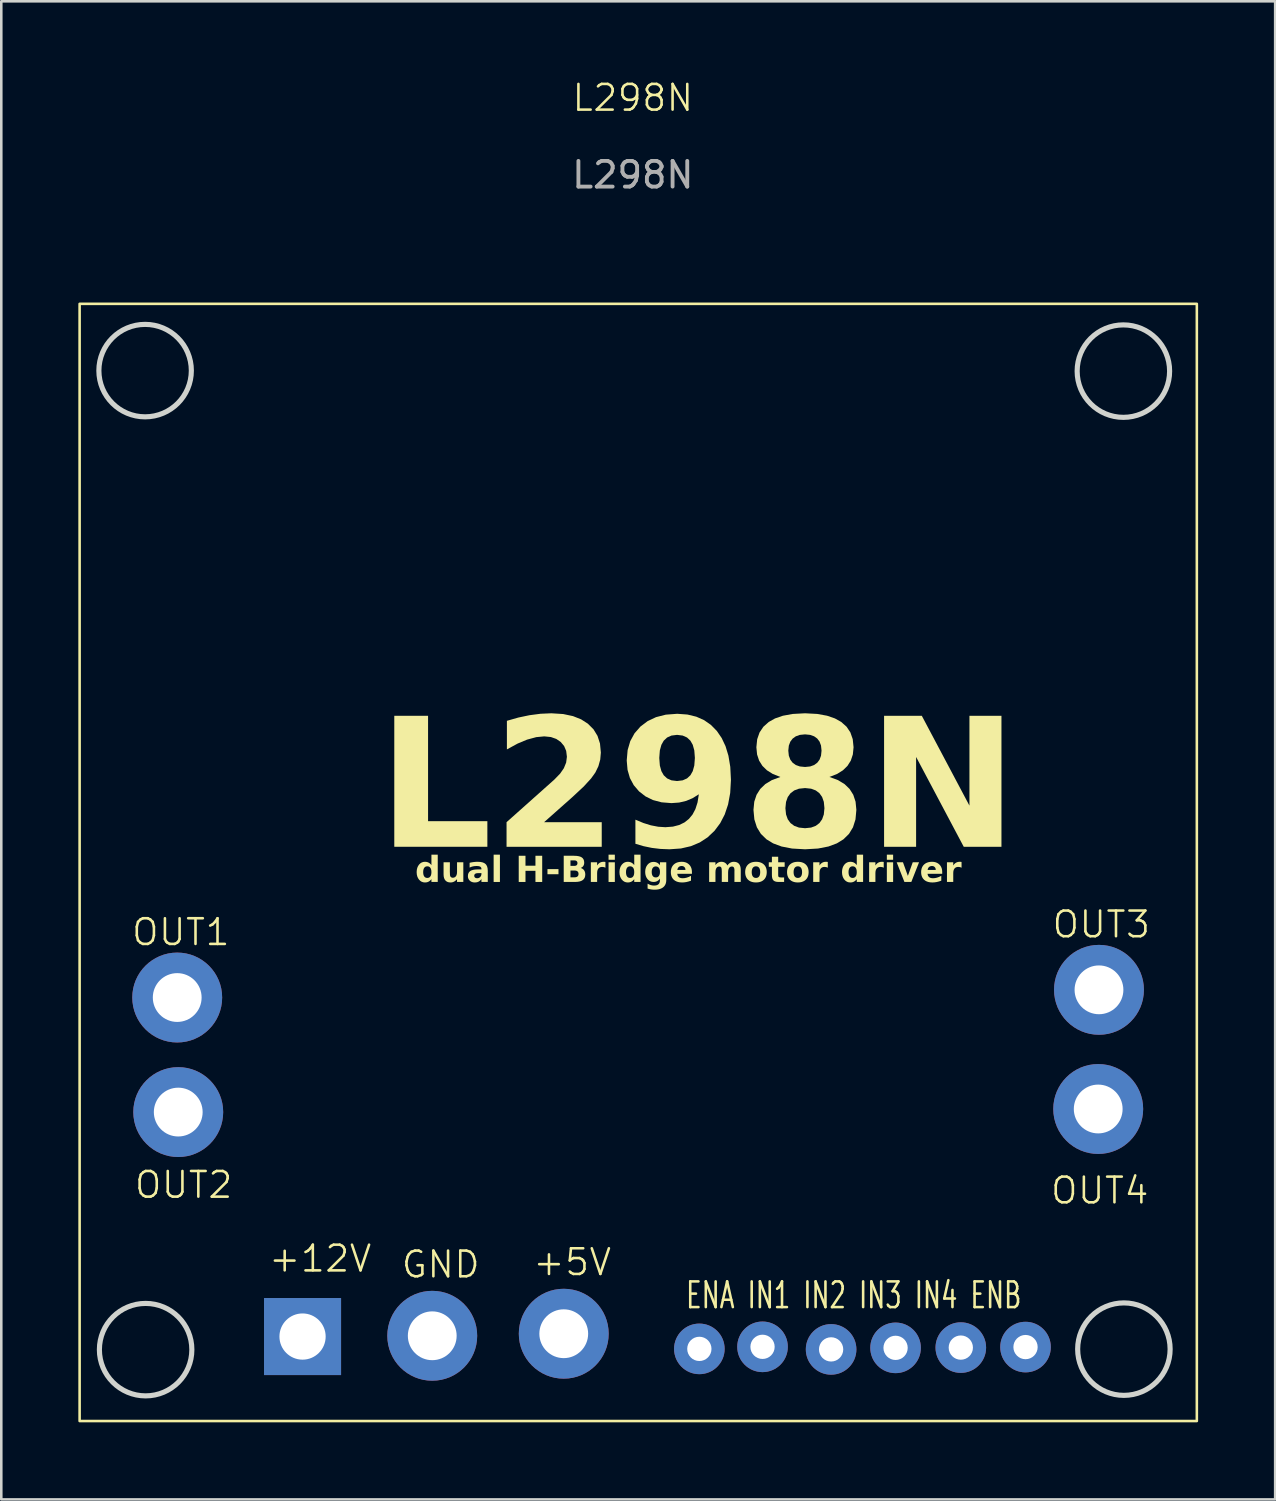
<source format=kicad_pcb>
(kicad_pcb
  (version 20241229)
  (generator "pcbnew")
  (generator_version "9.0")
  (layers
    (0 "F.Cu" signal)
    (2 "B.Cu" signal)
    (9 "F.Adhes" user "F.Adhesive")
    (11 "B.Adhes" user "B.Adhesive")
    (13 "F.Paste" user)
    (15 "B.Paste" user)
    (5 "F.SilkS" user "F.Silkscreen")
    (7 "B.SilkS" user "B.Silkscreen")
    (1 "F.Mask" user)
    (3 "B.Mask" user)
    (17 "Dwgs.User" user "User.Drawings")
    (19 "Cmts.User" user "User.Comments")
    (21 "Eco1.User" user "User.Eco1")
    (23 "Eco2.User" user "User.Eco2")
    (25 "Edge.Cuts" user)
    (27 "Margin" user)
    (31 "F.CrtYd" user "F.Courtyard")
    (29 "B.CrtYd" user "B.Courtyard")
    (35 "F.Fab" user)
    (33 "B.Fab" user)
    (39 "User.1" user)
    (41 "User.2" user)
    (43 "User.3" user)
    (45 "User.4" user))
  (footprint "L298N"
    (layer "F.Cu")
    (at 21.8 27.3)
    (property "Reference" "L298N" (at -0.21 -26.54 0) (unlocked yes) (layer "F.SilkS") (effects (font (size 1 1) (thickness 0.1))))
    (attr smd)
    (fp_rect (start -21.75 -18.52) (end 21.75 24.98) (stroke (width 0.1) (type default)) (fill no) (layer "F.SilkS"))
    (fp_circle (center -19.2 -15.92) (end -17.4 -15.92) (stroke (width 0.2) (type default)) (fill no) (layer "Edge.Cuts"))
    (fp_circle (center -19.18 22.2) (end -17.38 22.2) (stroke (width 0.2) (type default)) (fill no) (layer "Edge.Cuts"))
    (fp_circle (center 18.89 -15.9) (end 20.69 -15.9) (stroke (width 0.2) (type default)) (fill no) (layer "Edge.Cuts"))
    (fp_circle (center 18.91 22.18) (end 20.71 22.18) (stroke (width 0.2) (type default)) (fill no) (layer "Edge.Cuts"))
    (fp_text user "GND" (at -9.28 19.47 0) (unlocked yes) (layer "F.SilkS") (effects (font (size 1 1) (thickness 0.1)) (justify left bottom)))
    (fp_text user "OUT2" (at -19.67 16.37 0) (unlocked yes) (layer "F.SilkS") (effects (font (size 1 1) (thickness 0.1)) (justify left bottom)))
    (fp_text user "+5V" (at -4.16 19.38 0) (unlocked yes) (layer "F.SilkS") (effects (font (size 1 1) (thickness 0.1)) (justify left bottom)))
    (fp_text user "ENA IN1 IN2 IN3 IN4 ENB" (at 1.8 20.67 0) (unlocked yes) (layer "F.SilkS") (effects (font (size 1 0.67) (thickness 0.1)) (justify left bottom)))
    (fp_text user "OUT3" (at 16.06 6.23 0) (unlocked yes) (layer "F.SilkS") (effects (font (size 1 1) (thickness 0.1)) (justify left bottom)))
    (fp_text user "OUT1" (at -19.78 6.53 0) (unlocked yes) (layer "F.SilkS") (effects (font (size 1 1) (thickness 0.1)) (justify left bottom)))
    (fp_text user "L298N" (at -10.14 3.47 0) (unlocked yes) (layer "F.SilkS") (effects (font (face "Helvetica Neue") (size 5 5) (thickness 1) (bold yes)) (justify left bottom)))
    (fp_text user "dual H-Bridge motor driver" (at -8.69 4.16 0) (unlocked yes) (layer "F.SilkS") (effects (font (face "Helvetica Neue") (size 1 1) (thickness 0.2) (bold yes)) (justify left bottom)))
    (fp_text user "+12V" (at -14.45 19.24 0) (unlocked yes) (layer "F.SilkS") (effects (font (size 1 1) (thickness 0.1)) (justify left bottom)))
    (fp_text user "OUT4" (at 16 16.59 0) (unlocked yes) (layer "F.SilkS") (effects (font (size 1 1) (thickness 0.1)) (justify left bottom)))
    (fp_text user "${REFERENCE}" (at -0.21 -23.54 0) (unlocked yes) (layer "F.Fab") (effects (font (size 1 1) (thickness 0.15))))
    (pad "1" thru_hole circle (at -17.95 8.49) (size 3.5 3.5) (drill 1.9) (layers "*.Cu" "*.Mask"))
    (pad "2" thru_hole circle (at -17.91 12.95) (size 3.5 3.5) (drill 1.9) (layers "*.Cu" "*.Mask"))
    (pad "3" thru_hole rect (at -13.07 21.69) (size 3 3) (drill 1.8) (layers "*.Cu" "*.Mask"))
    (pad "4" thru_hole circle (at -8.02 21.66) (size 3.5 3.5) (drill 1.9) (layers "*.Cu" "*.Mask"))
    (pad "5" thru_hole circle (at -2.9 21.58) (size 3.5 3.5) (drill 1.9) (layers "*.Cu" "*.Mask"))
    (pad "6" thru_hole circle (at 2.38 22.17) (size 1.97 1.97) (drill 0.945) (layers "*.Cu" "*.Mask"))
    (pad "7" thru_hole circle (at 4.84 22.09) (size 1.97 1.97) (drill 0.945) (layers "*.Cu" "*.Mask"))
    (pad "8" thru_hole circle (at 7.51 22.19) (size 1.97 1.97) (drill 0.945) (layers "*.Cu" "*.Mask"))
    (pad "9" thru_hole circle (at 10.02 22.13) (size 1.97 1.97) (drill 0.945) (layers "*.Cu" "*.Mask"))
    (pad "10" thru_hole circle (at 12.56 22.12) (size 1.97 1.97) (drill 0.945) (layers "*.Cu" "*.Mask"))
    (pad "11" thru_hole circle (at 15.08 22.1) (size 1.97 1.97) (drill 0.945) (layers "*.Cu" "*.Mask"))
    (pad "12" thru_hole circle (at 17.91 12.83) (size 3.5 3.5) (drill 1.9) (layers "*.Cu" "*.Mask"))
    (pad "13" thru_hole circle (at 17.94 8.19) (size 3.5 3.5) (drill 1.9) (layers "*.Cu" "*.Mask")))
  (gr_rect
    (start -3 -3)
    (end 46.6 55.331)
    (stroke (width 0.1) (type default))
    (fill no)
    (layer "Edge.Cuts")))
</source>
